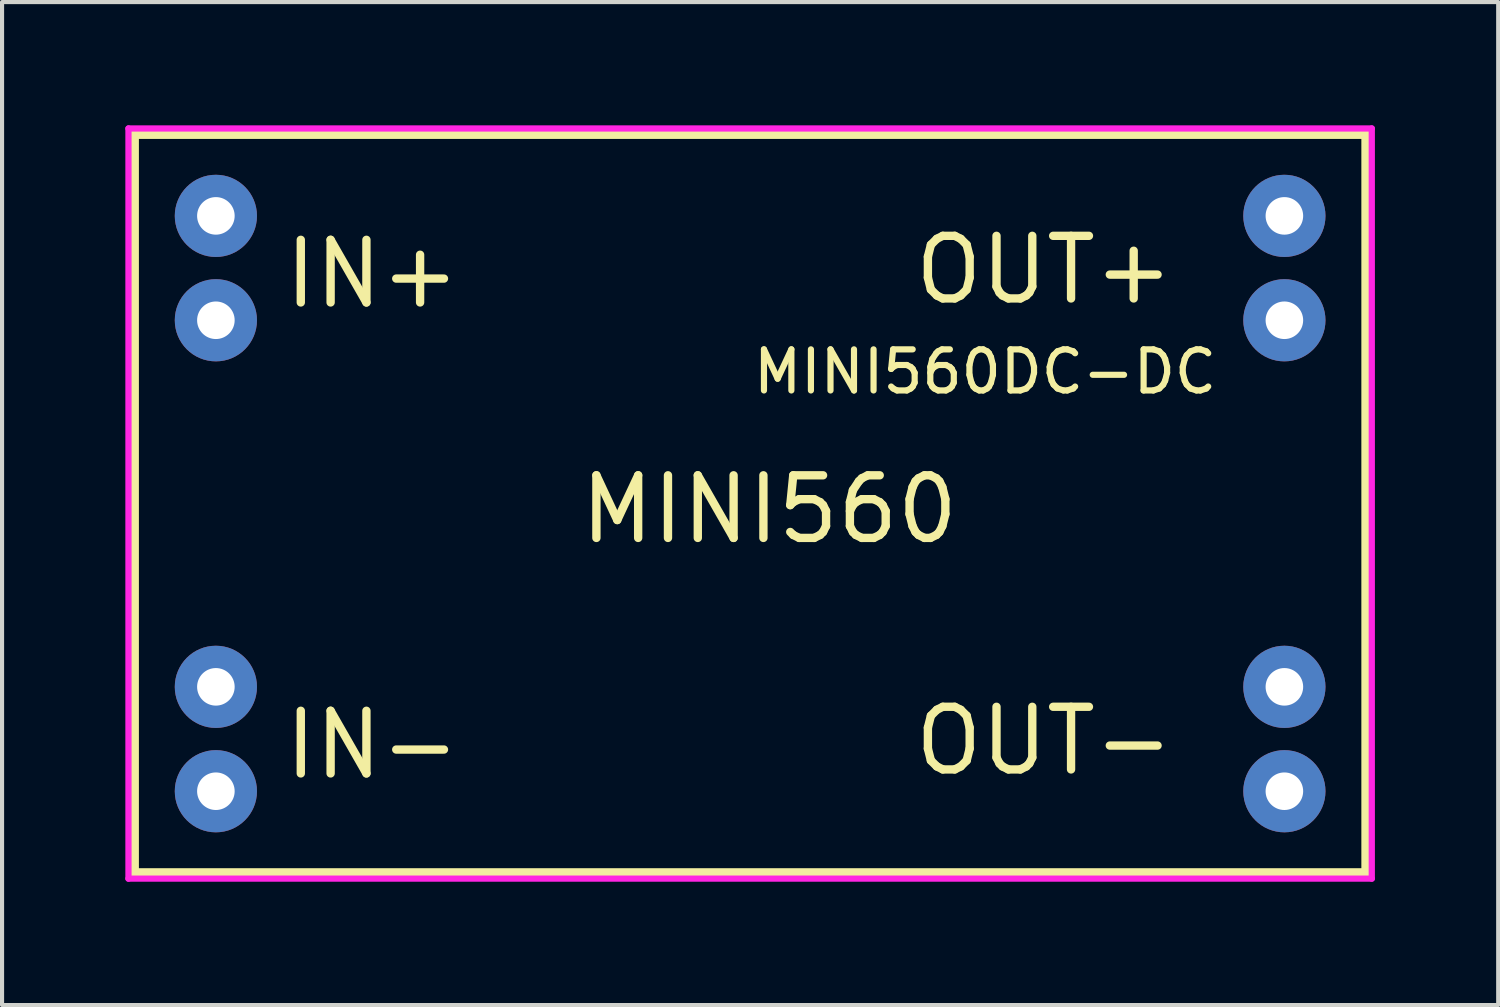
<source format=kicad_pcb>
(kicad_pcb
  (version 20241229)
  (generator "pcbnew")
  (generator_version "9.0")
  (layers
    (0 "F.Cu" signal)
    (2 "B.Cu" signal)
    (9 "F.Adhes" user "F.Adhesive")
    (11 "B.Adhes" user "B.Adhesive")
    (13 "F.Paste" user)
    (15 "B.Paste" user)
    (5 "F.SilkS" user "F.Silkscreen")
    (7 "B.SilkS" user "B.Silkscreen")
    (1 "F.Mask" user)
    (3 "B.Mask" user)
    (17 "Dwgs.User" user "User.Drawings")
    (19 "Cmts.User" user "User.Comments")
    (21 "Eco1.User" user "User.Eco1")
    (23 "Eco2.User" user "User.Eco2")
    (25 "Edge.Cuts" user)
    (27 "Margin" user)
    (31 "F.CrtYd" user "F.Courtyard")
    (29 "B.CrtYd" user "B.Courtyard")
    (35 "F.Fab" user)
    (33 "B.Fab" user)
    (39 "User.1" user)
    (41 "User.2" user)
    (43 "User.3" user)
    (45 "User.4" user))
  (footprint "MINI560DC-DC"
    (layer "F.Cu")
    (at 15.203 9.203)
    (property "Reference" "MINI560DC-DC" (at 0 -3.207 0) (layer "F.SilkS") (effects (font (size 1 1) (thickness 0.15)) (justify left)))
    (attr through_hole)
    (fp_line (start -15 -9) (end 15 -9) (stroke (width 0.254) (type solid)) (layer "F.SilkS"))
    (fp_line (start -15 9) (end -15 -9) (stroke (width 0.254) (type solid)) (layer "F.SilkS"))
    (fp_line (start 15 -9) (end 15 9) (stroke (width 0.254) (type solid)) (layer "F.SilkS"))
    (fp_line (start 15 9) (end -15 9) (stroke (width 0.254) (type solid)) (layer "F.SilkS"))
    (fp_line (start -15.127 -9.127) (end 15.127 -9.127) (stroke (width 0.152) (type solid)) (layer "F.CrtYd"))
    (fp_line (start -15.127 9.127) (end -15.127 -9.127) (stroke (width 0.152) (type solid)) (layer "F.CrtYd"))
    (fp_line (start 15.127 -9.127) (end 15.127 9.127) (stroke (width 0.152) (type solid)) (layer "F.CrtYd"))
    (fp_line (start 15.127 9.127) (end -15.127 9.127) (stroke (width 0.152) (type solid)) (layer "F.CrtYd"))
    (fp_text user "OUT+" (at 3.902 -5.685 0) (layer "F.SilkS") (effects (font (size 1.524 1.524) (thickness 0.203)) (justify left)))
    (fp_text user "MINI560" (at -4.237 0.142 0) (layer "F.SilkS") (effects (font (size 1.524 1.524) (thickness 0.203)) (justify left)))
    (fp_text user "IN-" (at -11.43 5.872 0) (layer "F.SilkS") (effects (font (size 1.524 1.524) (thickness 0.203)) (justify left)))
    (fp_text user "OUT-" (at 3.902 5.775 0) (layer "F.SilkS") (effects (font (size 1.524 1.524) (thickness 0.203)) (justify left)))
    (fp_text user "IN+" (at -11.43 -5.588 0) (layer "F.SilkS") (effects (font (size 1.524 1.524) (thickness 0.203)) (justify left)))
    (pad "1" thru_hole circle (at -13 -7) (size 2 2) (drill oval 0.914) (layers "*.Cu" "*.Mask"))
    (pad "1" thru_hole circle (at -13 -4.46) (size 2 2) (drill oval 0.914) (layers "*.Cu" "*.Mask"))
    (pad "2" thru_hole circle (at -13 4.46) (size 2 2) (drill oval 0.914) (layers "*.Cu" "*.Mask"))
    (pad "2" thru_hole circle (at -13 7) (size 2 2) (drill oval 0.914) (layers "*.Cu" "*.Mask"))
    (pad "3" thru_hole circle (at 13 4.46) (size 2 2) (drill oval 0.914) (layers "*.Cu" "*.Mask"))
    (pad "3" thru_hole circle (at 13 7) (size 2 2) (drill oval 0.914) (layers "*.Cu" "*.Mask"))
    (pad "4" thru_hole circle (at 13 -7) (size 2 2) (drill oval 0.914) (layers "*.Cu" "*.Mask"))
    (pad "4" thru_hole circle (at 13 -4.46) (size 2 2) (drill oval 0.914) (layers "*.Cu" "*.Mask")))
  (gr_rect
    (start -3 -3)
    (end 33.406 21.406)
    (stroke (width 0.1) (type default))
    (fill no)
    (layer "Edge.Cuts")))
</source>
